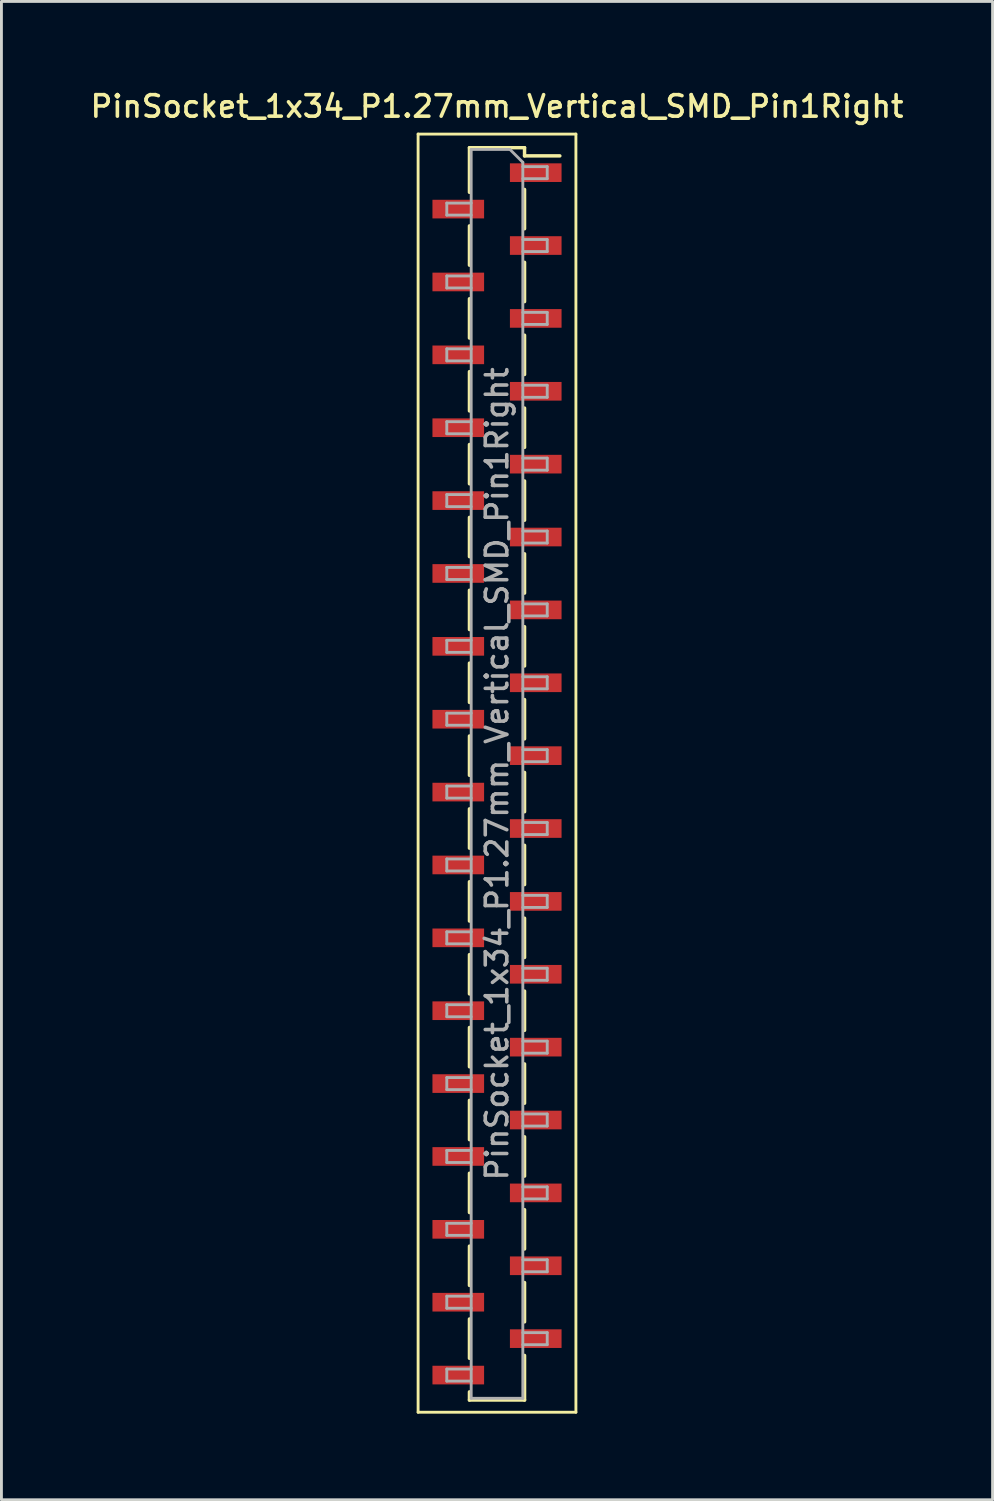
<source format=kicad_pcb>
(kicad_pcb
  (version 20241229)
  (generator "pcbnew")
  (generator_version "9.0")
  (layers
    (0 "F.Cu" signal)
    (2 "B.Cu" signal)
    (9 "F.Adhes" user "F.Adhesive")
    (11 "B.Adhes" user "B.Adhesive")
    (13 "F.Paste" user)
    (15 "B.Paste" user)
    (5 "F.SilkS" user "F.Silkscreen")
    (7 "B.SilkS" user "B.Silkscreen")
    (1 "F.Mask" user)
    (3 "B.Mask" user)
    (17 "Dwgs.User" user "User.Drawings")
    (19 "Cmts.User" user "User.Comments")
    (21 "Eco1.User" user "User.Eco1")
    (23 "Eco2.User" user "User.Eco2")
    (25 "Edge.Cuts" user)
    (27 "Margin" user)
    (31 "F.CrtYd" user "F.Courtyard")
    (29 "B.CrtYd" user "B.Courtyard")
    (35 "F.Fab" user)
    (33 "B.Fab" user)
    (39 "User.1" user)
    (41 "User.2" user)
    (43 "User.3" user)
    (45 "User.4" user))
  (footprint "PinSocket_1x34_P1.27mm_Vertical_SMD_Pin1Right"
    (layer "F.Cu")
    (at 14.273 23.923)
    (property "Reference" "PinSocket_1x34_P1.27mm_Vertical_SMD_Pin1Right" (at 0 -23.265 0) (layer "F.SilkS") (effects (font (size 0.75 0.75) (thickness 0.125))))
    (attr smd)
    (fp_line (start -2.75 -22.3) (end 2.75 -22.3) (stroke (width 0.1) (type solid)) (layer "F.SilkS"))
    (fp_line (start -2.75 22.25) (end -2.75 -22.3) (stroke (width 0.1) (type solid)) (layer "F.SilkS"))
    (fp_line (start -0.96 -21.825) (end -0.96 -20.27) (stroke (width 0.12) (type solid)) (layer "F.SilkS"))
    (fp_line (start -0.96 -21.825) (end 0.96 -21.825) (stroke (width 0.12) (type solid)) (layer "F.SilkS"))
    (fp_line (start -0.96 -19.1) (end -0.96 -17.73) (stroke (width 0.12) (type solid)) (layer "F.SilkS"))
    (fp_line (start -0.96 -16.56) (end -0.96 -15.19) (stroke (width 0.12) (type solid)) (layer "F.SilkS"))
    (fp_line (start -0.96 -14.02) (end -0.96 -12.65) (stroke (width 0.12) (type solid)) (layer "F.SilkS"))
    (fp_line (start -0.96 -11.48) (end -0.96 -10.11) (stroke (width 0.12) (type solid)) (layer "F.SilkS"))
    (fp_line (start -0.96 -8.94) (end -0.96 -7.57) (stroke (width 0.12) (type solid)) (layer "F.SilkS"))
    (fp_line (start -0.96 -6.4) (end -0.96 -5.03) (stroke (width 0.12) (type solid)) (layer "F.SilkS"))
    (fp_line (start -0.96 -3.86) (end -0.96 -2.49) (stroke (width 0.12) (type solid)) (layer "F.SilkS"))
    (fp_line (start -0.96 -1.32) (end -0.96 0.05) (stroke (width 0.12) (type solid)) (layer "F.SilkS"))
    (fp_line (start -0.96 1.22) (end -0.96 2.59) (stroke (width 0.12) (type solid)) (layer "F.SilkS"))
    (fp_line (start -0.96 3.76) (end -0.96 5.13) (stroke (width 0.12) (type solid)) (layer "F.SilkS"))
    (fp_line (start -0.96 6.3) (end -0.96 7.67) (stroke (width 0.12) (type solid)) (layer "F.SilkS"))
    (fp_line (start -0.96 8.84) (end -0.96 10.21) (stroke (width 0.12) (type solid)) (layer "F.SilkS"))
    (fp_line (start -0.96 11.38) (end -0.96 12.75) (stroke (width 0.12) (type solid)) (layer "F.SilkS"))
    (fp_line (start -0.96 13.92) (end -0.96 15.29) (stroke (width 0.12) (type solid)) (layer "F.SilkS"))
    (fp_line (start -0.96 16.46) (end -0.96 17.83) (stroke (width 0.12) (type solid)) (layer "F.SilkS"))
    (fp_line (start -0.96 19) (end -0.96 20.37) (stroke (width 0.12) (type solid)) (layer "F.SilkS"))
    (fp_line (start -0.96 21.54) (end -0.96 21.825) (stroke (width 0.12) (type solid)) (layer "F.SilkS"))
    (fp_line (start -0.96 21.825) (end 0.96 21.825) (stroke (width 0.12) (type solid)) (layer "F.SilkS"))
    (fp_line (start 0.96 -21.825) (end 0.96 -21.54) (stroke (width 0.12) (type solid)) (layer "F.SilkS"))
    (fp_line (start 0.96 -21.54) (end 2.19 -21.54) (stroke (width 0.12) (type solid)) (layer "F.SilkS"))
    (fp_line (start 0.96 -20.37) (end 0.96 -19) (stroke (width 0.12) (type solid)) (layer "F.SilkS"))
    (fp_line (start 0.96 -17.83) (end 0.96 -16.46) (stroke (width 0.12) (type solid)) (layer "F.SilkS"))
    (fp_line (start 0.96 -15.29) (end 0.96 -13.92) (stroke (width 0.12) (type solid)) (layer "F.SilkS"))
    (fp_line (start 0.96 -12.75) (end 0.96 -11.38) (stroke (width 0.12) (type solid)) (layer "F.SilkS"))
    (fp_line (start 0.96 -10.21) (end 0.96 -8.84) (stroke (width 0.12) (type solid)) (layer "F.SilkS"))
    (fp_line (start 0.96 -7.67) (end 0.96 -6.3) (stroke (width 0.12) (type solid)) (layer "F.SilkS"))
    (fp_line (start 0.96 -5.13) (end 0.96 -3.76) (stroke (width 0.12) (type solid)) (layer "F.SilkS"))
    (fp_line (start 0.96 -2.59) (end 0.96 -1.22) (stroke (width 0.12) (type solid)) (layer "F.SilkS"))
    (fp_line (start 0.96 -0.05) (end 0.96 1.32) (stroke (width 0.12) (type solid)) (layer "F.SilkS"))
    (fp_line (start 0.96 2.49) (end 0.96 3.86) (stroke (width 0.12) (type solid)) (layer "F.SilkS"))
    (fp_line (start 0.96 5.03) (end 0.96 6.4) (stroke (width 0.12) (type solid)) (layer "F.SilkS"))
    (fp_line (start 0.96 7.57) (end 0.96 8.94) (stroke (width 0.12) (type solid)) (layer "F.SilkS"))
    (fp_line (start 0.96 10.11) (end 0.96 11.48) (stroke (width 0.12) (type solid)) (layer "F.SilkS"))
    (fp_line (start 0.96 12.65) (end 0.96 14.02) (stroke (width 0.12) (type solid)) (layer "F.SilkS"))
    (fp_line (start 0.96 15.19) (end 0.96 16.56) (stroke (width 0.12) (type solid)) (layer "F.SilkS"))
    (fp_line (start 0.96 17.73) (end 0.96 19.1) (stroke (width 0.12) (type solid)) (layer "F.SilkS"))
    (fp_line (start 0.96 20.27) (end 0.96 21.825) (stroke (width 0.12) (type solid)) (layer "F.SilkS"))
    (fp_line (start 2.75 -22.3) (end 2.75 22.25) (stroke (width 0.1) (type solid)) (layer "F.SilkS"))
    (fp_line (start 2.75 22.25) (end -2.75 22.25) (stroke (width 0.1) (type solid)) (layer "F.SilkS"))
    (fp_line (start -1.75 -19.895) (end -0.9 -19.895) (stroke (width 0.1) (type solid)) (layer "F.Fab"))
    (fp_line (start -1.75 -19.475) (end -1.75 -19.895) (stroke (width 0.1) (type solid)) (layer "F.Fab"))
    (fp_line (start -1.75 -17.355) (end -0.9 -17.355) (stroke (width 0.1) (type solid)) (layer "F.Fab"))
    (fp_line (start -1.75 -16.935) (end -1.75 -17.355) (stroke (width 0.1) (type solid)) (layer "F.Fab"))
    (fp_line (start -1.75 -14.815) (end -0.9 -14.815) (stroke (width 0.1) (type solid)) (layer "F.Fab"))
    (fp_line (start -1.75 -14.395) (end -1.75 -14.815) (stroke (width 0.1) (type solid)) (layer "F.Fab"))
    (fp_line (start -1.75 -12.275) (end -0.9 -12.275) (stroke (width 0.1) (type solid)) (layer "F.Fab"))
    (fp_line (start -1.75 -11.855) (end -1.75 -12.275) (stroke (width 0.1) (type solid)) (layer "F.Fab"))
    (fp_line (start -1.75 -9.735) (end -0.9 -9.735) (stroke (width 0.1) (type solid)) (layer "F.Fab"))
    (fp_line (start -1.75 -9.315) (end -1.75 -9.735) (stroke (width 0.1) (type solid)) (layer "F.Fab"))
    (fp_line (start -1.75 -7.195) (end -0.9 -7.195) (stroke (width 0.1) (type solid)) (layer "F.Fab"))
    (fp_line (start -1.75 -6.775) (end -1.75 -7.195) (stroke (width 0.1) (type solid)) (layer "F.Fab"))
    (fp_line (start -1.75 -4.655) (end -0.9 -4.655) (stroke (width 0.1) (type solid)) (layer "F.Fab"))
    (fp_line (start -1.75 -4.235) (end -1.75 -4.655) (stroke (width 0.1) (type solid)) (layer "F.Fab"))
    (fp_line (start -1.75 -2.115) (end -0.9 -2.115) (stroke (width 0.1) (type solid)) (layer "F.Fab"))
    (fp_line (start -1.75 -1.695) (end -1.75 -2.115) (stroke (width 0.1) (type solid)) (layer "F.Fab"))
    (fp_line (start -1.75 0.425) (end -0.9 0.425) (stroke (width 0.1) (type solid)) (layer "F.Fab"))
    (fp_line (start -1.75 0.845) (end -1.75 0.425) (stroke (width 0.1) (type solid)) (layer "F.Fab"))
    (fp_line (start -1.75 2.965) (end -0.9 2.965) (stroke (width 0.1) (type solid)) (layer "F.Fab"))
    (fp_line (start -1.75 3.385) (end -1.75 2.965) (stroke (width 0.1) (type solid)) (layer "F.Fab"))
    (fp_line (start -1.75 5.505) (end -0.9 5.505) (stroke (width 0.1) (type solid)) (layer "F.Fab"))
    (fp_line (start -1.75 5.925) (end -1.75 5.505) (stroke (width 0.1) (type solid)) (layer "F.Fab"))
    (fp_line (start -1.75 8.045) (end -0.9 8.045) (stroke (width 0.1) (type solid)) (layer "F.Fab"))
    (fp_line (start -1.75 8.465) (end -1.75 8.045) (stroke (width 0.1) (type solid)) (layer "F.Fab"))
    (fp_line (start -1.75 10.585) (end -0.9 10.585) (stroke (width 0.1) (type solid)) (layer "F.Fab"))
    (fp_line (start -1.75 11.005) (end -1.75 10.585) (stroke (width 0.1) (type solid)) (layer "F.Fab"))
    (fp_line (start -1.75 13.125) (end -0.9 13.125) (stroke (width 0.1) (type solid)) (layer "F.Fab"))
    (fp_line (start -1.75 13.545) (end -1.75 13.125) (stroke (width 0.1) (type solid)) (layer "F.Fab"))
    (fp_line (start -1.75 15.665) (end -0.9 15.665) (stroke (width 0.1) (type solid)) (layer "F.Fab"))
    (fp_line (start -1.75 16.085) (end -1.75 15.665) (stroke (width 0.1) (type solid)) (layer "F.Fab"))
    (fp_line (start -1.75 18.205) (end -0.9 18.205) (stroke (width 0.1) (type solid)) (layer "F.Fab"))
    (fp_line (start -1.75 18.625) (end -1.75 18.205) (stroke (width 0.1) (type solid)) (layer "F.Fab"))
    (fp_line (start -1.75 20.745) (end -0.9 20.745) (stroke (width 0.1) (type solid)) (layer "F.Fab"))
    (fp_line (start -1.75 21.165) (end -1.75 20.745) (stroke (width 0.1) (type solid)) (layer "F.Fab"))
    (fp_line (start -0.9 -21.765) (end 0.45 -21.765) (stroke (width 0.1) (type solid)) (layer "F.Fab"))
    (fp_line (start -0.9 -19.475) (end -1.75 -19.475) (stroke (width 0.1) (type solid)) (layer "F.Fab"))
    (fp_line (start -0.9 -16.935) (end -1.75 -16.935) (stroke (width 0.1) (type solid)) (layer "F.Fab"))
    (fp_line (start -0.9 -14.395) (end -1.75 -14.395) (stroke (width 0.1) (type solid)) (layer "F.Fab"))
    (fp_line (start -0.9 -11.855) (end -1.75 -11.855) (stroke (width 0.1) (type solid)) (layer "F.Fab"))
    (fp_line (start -0.9 -9.315) (end -1.75 -9.315) (stroke (width 0.1) (type solid)) (layer "F.Fab"))
    (fp_line (start -0.9 -6.775) (end -1.75 -6.775) (stroke (width 0.1) (type solid)) (layer "F.Fab"))
    (fp_line (start -0.9 -4.235) (end -1.75 -4.235) (stroke (width 0.1) (type solid)) (layer "F.Fab"))
    (fp_line (start -0.9 -1.695) (end -1.75 -1.695) (stroke (width 0.1) (type solid)) (layer "F.Fab"))
    (fp_line (start -0.9 0.845) (end -1.75 0.845) (stroke (width 0.1) (type solid)) (layer "F.Fab"))
    (fp_line (start -0.9 3.385) (end -1.75 3.385) (stroke (width 0.1) (type solid)) (layer "F.Fab"))
    (fp_line (start -0.9 5.925) (end -1.75 5.925) (stroke (width 0.1) (type solid)) (layer "F.Fab"))
    (fp_line (start -0.9 8.465) (end -1.75 8.465) (stroke (width 0.1) (type solid)) (layer "F.Fab"))
    (fp_line (start -0.9 11.005) (end -1.75 11.005) (stroke (width 0.1) (type solid)) (layer "F.Fab"))
    (fp_line (start -0.9 13.545) (end -1.75 13.545) (stroke (width 0.1) (type solid)) (layer "F.Fab"))
    (fp_line (start -0.9 16.085) (end -1.75 16.085) (stroke (width 0.1) (type solid)) (layer "F.Fab"))
    (fp_line (start -0.9 18.625) (end -1.75 18.625) (stroke (width 0.1) (type solid)) (layer "F.Fab"))
    (fp_line (start -0.9 21.165) (end -1.75 21.165) (stroke (width 0.1) (type solid)) (layer "F.Fab"))
    (fp_line (start -0.9 21.765) (end -0.9 -21.765) (stroke (width 0.1) (type solid)) (layer "F.Fab"))
    (fp_line (start 0.45 -21.765) (end 0.9 -21.315) (stroke (width 0.1) (type solid)) (layer "F.Fab"))
    (fp_line (start 0.9 -21.315) (end 0.9 21.765) (stroke (width 0.1) (type solid)) (layer "F.Fab"))
    (fp_line (start 0.9 -21.165) (end 1.75 -21.165) (stroke (width 0.1) (type solid)) (layer "F.Fab"))
    (fp_line (start 0.9 -18.625) (end 1.75 -18.625) (stroke (width 0.1) (type solid)) (layer "F.Fab"))
    (fp_line (start 0.9 -16.085) (end 1.75 -16.085) (stroke (width 0.1) (type solid)) (layer "F.Fab"))
    (fp_line (start 0.9 -13.545) (end 1.75 -13.545) (stroke (width 0.1) (type solid)) (layer "F.Fab"))
    (fp_line (start 0.9 -11.005) (end 1.75 -11.005) (stroke (width 0.1) (type solid)) (layer "F.Fab"))
    (fp_line (start 0.9 -8.465) (end 1.75 -8.465) (stroke (width 0.1) (type solid)) (layer "F.Fab"))
    (fp_line (start 0.9 -5.925) (end 1.75 -5.925) (stroke (width 0.1) (type solid)) (layer "F.Fab"))
    (fp_line (start 0.9 -3.385) (end 1.75 -3.385) (stroke (width 0.1) (type solid)) (layer "F.Fab"))
    (fp_line (start 0.9 -0.845) (end 1.75 -0.845) (stroke (width 0.1) (type solid)) (layer "F.Fab"))
    (fp_line (start 0.9 1.695) (end 1.75 1.695) (stroke (width 0.1) (type solid)) (layer "F.Fab"))
    (fp_line (start 0.9 4.235) (end 1.75 4.235) (stroke (width 0.1) (type solid)) (layer "F.Fab"))
    (fp_line (start 0.9 6.775) (end 1.75 6.775) (stroke (width 0.1) (type solid)) (layer "F.Fab"))
    (fp_line (start 0.9 9.315) (end 1.75 9.315) (stroke (width 0.1) (type solid)) (layer "F.Fab"))
    (fp_line (start 0.9 11.855) (end 1.75 11.855) (stroke (width 0.1) (type solid)) (layer "F.Fab"))
    (fp_line (start 0.9 14.395) (end 1.75 14.395) (stroke (width 0.1) (type solid)) (layer "F.Fab"))
    (fp_line (start 0.9 16.935) (end 1.75 16.935) (stroke (width 0.1) (type solid)) (layer "F.Fab"))
    (fp_line (start 0.9 19.475) (end 1.75 19.475) (stroke (width 0.1) (type solid)) (layer "F.Fab"))
    (fp_line (start 0.9 21.765) (end -0.9 21.765) (stroke (width 0.1) (type solid)) (layer "F.Fab"))
    (fp_line (start 1.75 -21.165) (end 1.75 -20.745) (stroke (width 0.1) (type solid)) (layer "F.Fab"))
    (fp_line (start 1.75 -20.745) (end 0.9 -20.745) (stroke (width 0.1) (type solid)) (layer "F.Fab"))
    (fp_line (start 1.75 -18.625) (end 1.75 -18.205) (stroke (width 0.1) (type solid)) (layer "F.Fab"))
    (fp_line (start 1.75 -18.205) (end 0.9 -18.205) (stroke (width 0.1) (type solid)) (layer "F.Fab"))
    (fp_line (start 1.75 -16.085) (end 1.75 -15.665) (stroke (width 0.1) (type solid)) (layer "F.Fab"))
    (fp_line (start 1.75 -15.665) (end 0.9 -15.665) (stroke (width 0.1) (type solid)) (layer "F.Fab"))
    (fp_line (start 1.75 -13.545) (end 1.75 -13.125) (stroke (width 0.1) (type solid)) (layer "F.Fab"))
    (fp_line (start 1.75 -13.125) (end 0.9 -13.125) (stroke (width 0.1) (type solid)) (layer "F.Fab"))
    (fp_line (start 1.75 -11.005) (end 1.75 -10.585) (stroke (width 0.1) (type solid)) (layer "F.Fab"))
    (fp_line (start 1.75 -10.585) (end 0.9 -10.585) (stroke (width 0.1) (type solid)) (layer "F.Fab"))
    (fp_line (start 1.75 -8.465) (end 1.75 -8.045) (stroke (width 0.1) (type solid)) (layer "F.Fab"))
    (fp_line (start 1.75 -8.045) (end 0.9 -8.045) (stroke (width 0.1) (type solid)) (layer "F.Fab"))
    (fp_line (start 1.75 -5.925) (end 1.75 -5.505) (stroke (width 0.1) (type solid)) (layer "F.Fab"))
    (fp_line (start 1.75 -5.505) (end 0.9 -5.505) (stroke (width 0.1) (type solid)) (layer "F.Fab"))
    (fp_line (start 1.75 -3.385) (end 1.75 -2.965) (stroke (width 0.1) (type solid)) (layer "F.Fab"))
    (fp_line (start 1.75 -2.965) (end 0.9 -2.965) (stroke (width 0.1) (type solid)) (layer "F.Fab"))
    (fp_line (start 1.75 -0.845) (end 1.75 -0.425) (stroke (width 0.1) (type solid)) (layer "F.Fab"))
    (fp_line (start 1.75 -0.425) (end 0.9 -0.425) (stroke (width 0.1) (type solid)) (layer "F.Fab"))
    (fp_line (start 1.75 1.695) (end 1.75 2.115) (stroke (width 0.1) (type solid)) (layer "F.Fab"))
    (fp_line (start 1.75 2.115) (end 0.9 2.115) (stroke (width 0.1) (type solid)) (layer "F.Fab"))
    (fp_line (start 1.75 4.235) (end 1.75 4.655) (stroke (width 0.1) (type solid)) (layer "F.Fab"))
    (fp_line (start 1.75 4.655) (end 0.9 4.655) (stroke (width 0.1) (type solid)) (layer "F.Fab"))
    (fp_line (start 1.75 6.775) (end 1.75 7.195) (stroke (width 0.1) (type solid)) (layer "F.Fab"))
    (fp_line (start 1.75 7.195) (end 0.9 7.195) (stroke (width 0.1) (type solid)) (layer "F.Fab"))
    (fp_line (start 1.75 9.315) (end 1.75 9.735) (stroke (width 0.1) (type solid)) (layer "F.Fab"))
    (fp_line (start 1.75 9.735) (end 0.9 9.735) (stroke (width 0.1) (type solid)) (layer "F.Fab"))
    (fp_line (start 1.75 11.855) (end 1.75 12.275) (stroke (width 0.1) (type solid)) (layer "F.Fab"))
    (fp_line (start 1.75 12.275) (end 0.9 12.275) (stroke (width 0.1) (type solid)) (layer "F.Fab"))
    (fp_line (start 1.75 14.395) (end 1.75 14.815) (stroke (width 0.1) (type solid)) (layer "F.Fab"))
    (fp_line (start 1.75 14.815) (end 0.9 14.815) (stroke (width 0.1) (type solid)) (layer "F.Fab"))
    (fp_line (start 1.75 16.935) (end 1.75 17.355) (stroke (width 0.1) (type solid)) (layer "F.Fab"))
    (fp_line (start 1.75 17.355) (end 0.9 17.355) (stroke (width 0.1) (type solid)) (layer "F.Fab"))
    (fp_line (start 1.75 19.475) (end 1.75 19.895) (stroke (width 0.1) (type solid)) (layer "F.Fab"))
    (fp_line (start 1.75 19.895) (end 0.9 19.895) (stroke (width 0.1) (type solid)) (layer "F.Fab"))
    (fp_text user "${REFERENCE}" (at 0 0 90) (layer "F.Fab") (effects (font (size 0.75 0.75) (thickness 0.125))))
    (pad "1" smd rect (at 1.35 -20.955) (size 1.8 0.65) (layers "F.Cu" "F.Mask" "F.Paste"))
    (pad "2" smd rect (at -1.35 -19.685) (size 1.8 0.65) (layers "F.Cu" "F.Mask" "F.Paste"))
    (pad "3" smd rect (at 1.35 -18.415) (size 1.8 0.65) (layers "F.Cu" "F.Mask" "F.Paste"))
    (pad "4" smd rect (at -1.35 -17.145) (size 1.8 0.65) (layers "F.Cu" "F.Mask" "F.Paste"))
    (pad "5" smd rect (at 1.35 -15.875) (size 1.8 0.65) (layers "F.Cu" "F.Mask" "F.Paste"))
    (pad "6" smd rect (at -1.35 -14.605) (size 1.8 0.65) (layers "F.Cu" "F.Mask" "F.Paste"))
    (pad "7" smd rect (at 1.35 -13.335) (size 1.8 0.65) (layers "F.Cu" "F.Mask" "F.Paste"))
    (pad "8" smd rect (at -1.35 -12.065) (size 1.8 0.65) (layers "F.Cu" "F.Mask" "F.Paste"))
    (pad "9" smd rect (at 1.35 -10.795) (size 1.8 0.65) (layers "F.Cu" "F.Mask" "F.Paste"))
    (pad "10" smd rect (at -1.35 -9.525) (size 1.8 0.65) (layers "F.Cu" "F.Mask" "F.Paste"))
    (pad "11" smd rect (at 1.35 -8.255) (size 1.8 0.65) (layers "F.Cu" "F.Mask" "F.Paste"))
    (pad "12" smd rect (at -1.35 -6.985) (size 1.8 0.65) (layers "F.Cu" "F.Mask" "F.Paste"))
    (pad "13" smd rect (at 1.35 -5.715) (size 1.8 0.65) (layers "F.Cu" "F.Mask" "F.Paste"))
    (pad "14" smd rect (at -1.35 -4.445) (size 1.8 0.65) (layers "F.Cu" "F.Mask" "F.Paste"))
    (pad "15" smd rect (at 1.35 -3.175) (size 1.8 0.65) (layers "F.Cu" "F.Mask" "F.Paste"))
    (pad "16" smd rect (at -1.35 -1.905) (size 1.8 0.65) (layers "F.Cu" "F.Mask" "F.Paste"))
    (pad "17" smd rect (at 1.35 -0.635) (size 1.8 0.65) (layers "F.Cu" "F.Mask" "F.Paste"))
    (pad "18" smd rect (at -1.35 0.635) (size 1.8 0.65) (layers "F.Cu" "F.Mask" "F.Paste"))
    (pad "19" smd rect (at 1.35 1.905) (size 1.8 0.65) (layers "F.Cu" "F.Mask" "F.Paste"))
    (pad "20" smd rect (at -1.35 3.175) (size 1.8 0.65) (layers "F.Cu" "F.Mask" "F.Paste"))
    (pad "21" smd rect (at 1.35 4.445) (size 1.8 0.65) (layers "F.Cu" "F.Mask" "F.Paste"))
    (pad "22" smd rect (at -1.35 5.715) (size 1.8 0.65) (layers "F.Cu" "F.Mask" "F.Paste"))
    (pad "23" smd rect (at 1.35 6.985) (size 1.8 0.65) (layers "F.Cu" "F.Mask" "F.Paste"))
    (pad "24" smd rect (at -1.35 8.255) (size 1.8 0.65) (layers "F.Cu" "F.Mask" "F.Paste"))
    (pad "25" smd rect (at 1.35 9.525) (size 1.8 0.65) (layers "F.Cu" "F.Mask" "F.Paste"))
    (pad "26" smd rect (at -1.35 10.795) (size 1.8 0.65) (layers "F.Cu" "F.Mask" "F.Paste"))
    (pad "27" smd rect (at 1.35 12.065) (size 1.8 0.65) (layers "F.Cu" "F.Mask" "F.Paste"))
    (pad "28" smd rect (at -1.35 13.335) (size 1.8 0.65) (layers "F.Cu" "F.Mask" "F.Paste"))
    (pad "29" smd rect (at 1.35 14.605) (size 1.8 0.65) (layers "F.Cu" "F.Mask" "F.Paste"))
    (pad "30" smd rect (at -1.35 15.875) (size 1.8 0.65) (layers "F.Cu" "F.Mask" "F.Paste"))
    (pad "31" smd rect (at 1.35 17.145) (size 1.8 0.65) (layers "F.Cu" "F.Mask" "F.Paste"))
    (pad "32" smd rect (at -1.35 18.415) (size 1.8 0.65) (layers "F.Cu" "F.Mask" "F.Paste"))
    (pad "33" smd rect (at 1.35 19.685) (size 1.8 0.65) (layers "F.Cu" "F.Mask" "F.Paste"))
    (pad "34" smd rect (at -1.35 20.955) (size 1.8 0.65) (layers "F.Cu" "F.Mask" "F.Paste")))
  (gr_rect
    (start -3 -3)
    (end 31.546 49.223)
    (stroke (width 0.1) (type default))
    (fill no)
    (layer "Edge.Cuts")))
</source>
